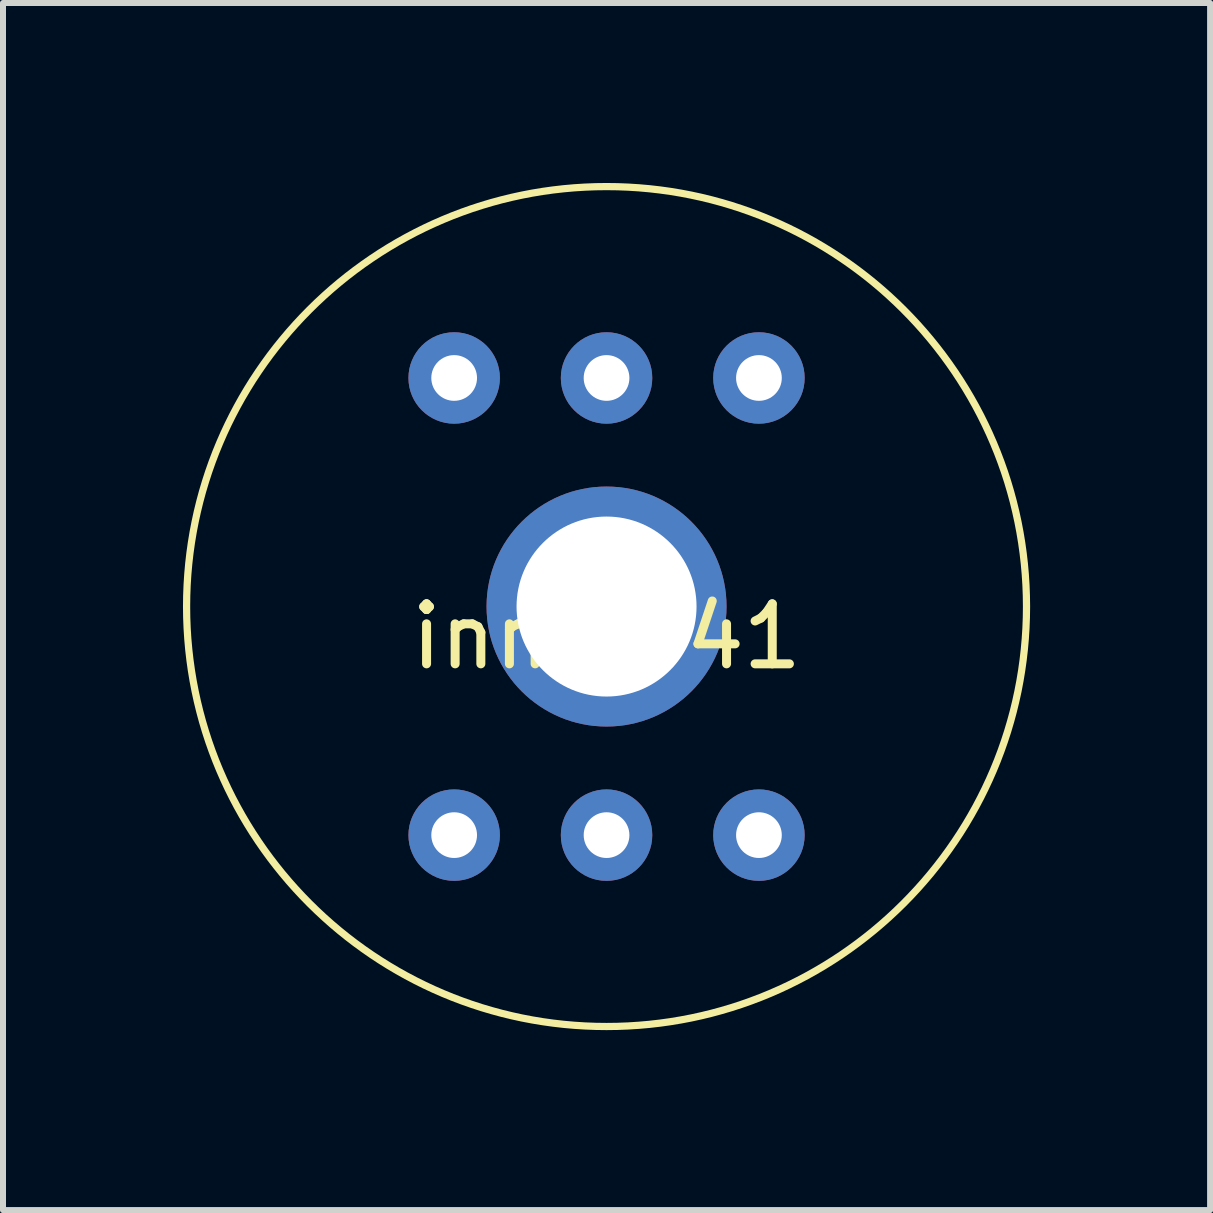
<source format=kicad_pcb>
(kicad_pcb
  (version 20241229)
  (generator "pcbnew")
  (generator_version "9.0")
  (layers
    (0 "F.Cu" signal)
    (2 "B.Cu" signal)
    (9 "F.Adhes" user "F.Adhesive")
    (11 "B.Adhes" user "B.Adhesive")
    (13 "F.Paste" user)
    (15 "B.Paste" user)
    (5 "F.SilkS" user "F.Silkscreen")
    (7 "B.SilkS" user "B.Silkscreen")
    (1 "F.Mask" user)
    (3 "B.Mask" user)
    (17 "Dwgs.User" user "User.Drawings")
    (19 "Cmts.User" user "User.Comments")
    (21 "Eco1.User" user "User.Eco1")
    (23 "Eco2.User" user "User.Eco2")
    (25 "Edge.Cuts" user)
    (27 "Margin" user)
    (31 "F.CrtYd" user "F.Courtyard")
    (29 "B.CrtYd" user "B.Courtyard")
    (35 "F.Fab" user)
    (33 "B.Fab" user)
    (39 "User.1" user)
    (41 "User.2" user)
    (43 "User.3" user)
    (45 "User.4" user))
  (footprint "inmp441"
    (layer "F.Cu")
    (at 7.06 7.06)
    (property "Reference" "inmp441" (at 0 0.5 0) (layer "F.SilkS") (effects (font (size 1 1) (thickness 0.15))))
    (attr through_hole)
    (fp_circle (center 0 0) (end 7 0) (stroke (width 0.12) (type solid)) (fill no) (layer "F.SilkS"))
    (pad "" np_thru_hole circle (at 0 0) (size 4 4) (drill 3) (layers "*.Cu" "*.Mask"))
    (pad "1" thru_hole circle (at -2.54 -3.81) (size 1.524 1.524) (drill 0.762) (layers "*.Cu" "*.Mask"))
    (pad "2" thru_hole circle (at 0 -3.81) (size 1.524 1.524) (drill 0.762) (layers "*.Cu" "*.Mask"))
    (pad "3" thru_hole circle (at 2.54 -3.81) (size 1.524 1.524) (drill 0.762) (layers "*.Cu" "*.Mask"))
    (pad "4" thru_hole circle (at -2.54 3.81) (size 1.524 1.524) (drill 0.762) (layers "*.Cu" "*.Mask"))
    (pad "5" thru_hole circle (at 0 3.81) (size 1.524 1.524) (drill 0.762) (layers "*.Cu" "*.Mask"))
    (pad "6" thru_hole circle (at 2.54 3.81 90) (size 1.524 1.524) (drill 0.762) (layers "*.Cu" "*.Mask")))
  (gr_rect
    (start -3 -3)
    (end 17.12 17.12)
    (stroke (width 0.1) (type default))
    (fill no)
    (layer "Edge.Cuts")))
</source>
